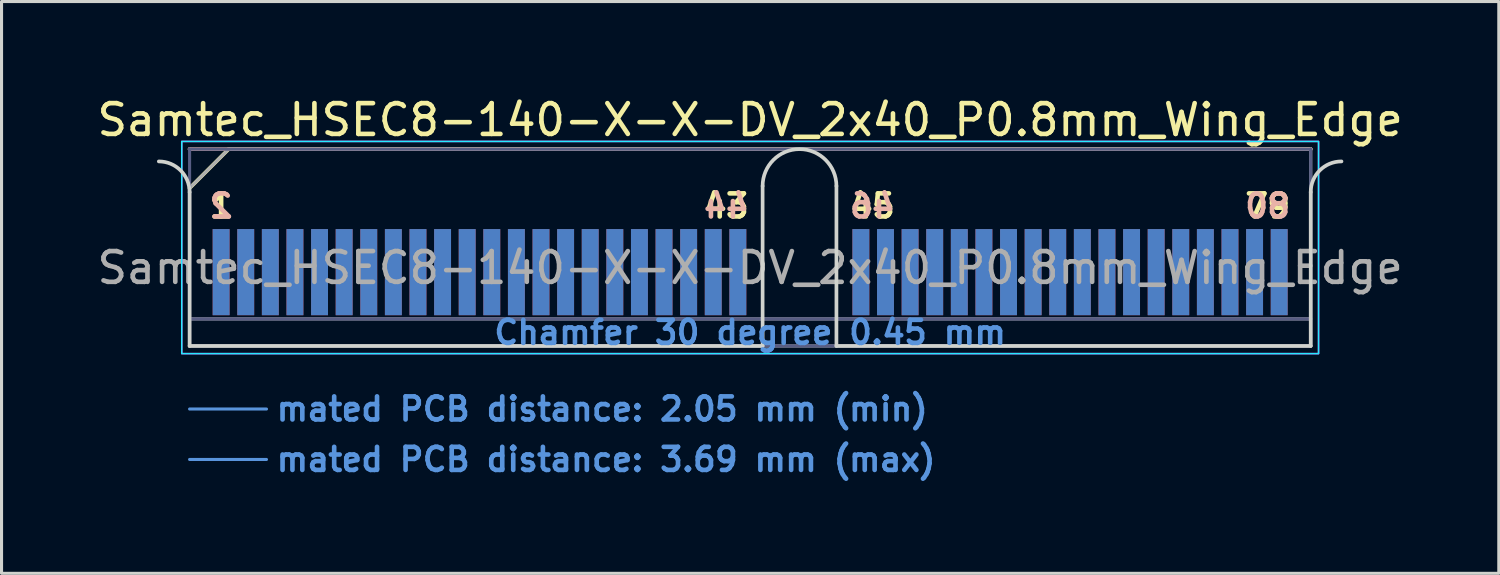
<source format=kicad_pcb>
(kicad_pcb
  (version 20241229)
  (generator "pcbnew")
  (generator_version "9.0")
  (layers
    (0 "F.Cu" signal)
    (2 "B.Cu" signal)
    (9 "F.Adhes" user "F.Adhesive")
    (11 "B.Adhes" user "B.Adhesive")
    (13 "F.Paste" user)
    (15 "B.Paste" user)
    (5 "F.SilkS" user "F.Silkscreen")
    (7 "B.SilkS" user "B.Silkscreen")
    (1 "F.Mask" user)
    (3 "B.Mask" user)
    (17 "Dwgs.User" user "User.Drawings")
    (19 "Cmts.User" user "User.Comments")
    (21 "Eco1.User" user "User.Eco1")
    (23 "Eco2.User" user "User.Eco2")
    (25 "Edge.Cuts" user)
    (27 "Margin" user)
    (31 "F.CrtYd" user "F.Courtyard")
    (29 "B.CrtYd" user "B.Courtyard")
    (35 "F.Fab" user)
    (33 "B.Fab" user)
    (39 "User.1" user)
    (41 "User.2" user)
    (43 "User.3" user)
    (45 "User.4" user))
  (footprint "Samtec_HSEC8-140-X-X-DV_2x40_P0.8mm_Wing_Edge"
    (layer "F.Cu")
    (at 21.339 8.198)
    (property "Reference" "Samtec_HSEC8-140-X-X-DV_2x40_P0.8mm_Wing_Edge" (at 0 -7.35 0) (layer "F.SilkS") (effects (font (size 1 1) (thickness 0.15))))
    (attr exclude_from_pos_files exclude_from_bom)
    (fp_line (start -18.225 -5.13) (end -16.955 -6.4) (stroke (width 0.12) (type solid)) (layer "F.SilkS"))
    (fp_line (start -16.955 -6.4) (end 18.225 -6.4) (stroke (width 0.12) (type solid)) (layer "F.SilkS"))
    (fp_line (start -18.225 -6.4) (end -18.225 -6.4) (stroke (width 0.12) (type solid)) (layer "B.SilkS"))
    (fp_line (start -18.225 -6.4) (end 18.225 -6.4) (stroke (width 0.12) (type solid)) (layer "B.SilkS"))
    (fp_line (start -18.225 2.05) (end -15.725 2.05) (stroke (width 0.1) (type solid)) (layer "Cmts.User"))
    (fp_line (start -18.225 3.69) (end -15.725 3.69) (stroke (width 0.1) (type solid)) (layer "Cmts.User"))
    (fp_line (start -18.225 -5) (end -18.225 0) (stroke (width 0.12) (type solid)) (layer "Edge.Cuts"))
    (fp_line (start -18.225 0) (end 0.405 0) (stroke (width 0.12) (type solid)) (layer "Edge.Cuts"))
    (fp_line (start 0.405 0) (end 0.405 -5.2) (stroke (width 0.12) (type solid)) (layer "Edge.Cuts"))
    (fp_line (start 2.805 -5.2) (end 2.805 0) (stroke (width 0.12) (type solid)) (layer "Edge.Cuts"))
    (fp_line (start 2.805 0) (end 18.225 0) (stroke (width 0.12) (type solid)) (layer "Edge.Cuts"))
    (fp_line (start 18.225 0) (end 18.225 -5) (stroke (width 0.12) (type solid)) (layer "Edge.Cuts"))
    (fp_arc (start -19.225 -6) (mid -18.517893 -5.707107) (end -18.225 -5) (stroke (width 0.12) (type solid)) (layer "Edge.Cuts"))
    (fp_arc (start 0.405 -5.2) (mid 1.605 -6.4) (end 2.805 -5.2) (stroke (width 0.12) (type solid)) (layer "Edge.Cuts"))
    (fp_arc (start 18.225 -5) (mid 18.517893 -5.707107) (end 19.225 -6) (stroke (width 0.12) (type solid)) (layer "Edge.Cuts"))
    (fp_rect (start -18.48 -6.65) (end 18.48 0.25) (stroke (width 0.05) (type solid)) (fill no) (layer "B.CrtYd"))
    (fp_rect (start -18.48 -6.65) (end 18.48 0.25) (stroke (width 0.05) (type solid)) (fill no) (layer "F.CrtYd"))
    (fp_line (start -18.225 -6.4) (end -18.225 -6.4) (stroke (width 0.1) (type solid)) (layer "B.Fab"))
    (fp_line (start -18.225 -6.4) (end -18.225 0) (stroke (width 0.1) (type solid)) (layer "B.Fab"))
    (fp_line (start -18.225 -6.4) (end 18.225 -6.4) (stroke (width 0.1) (type solid)) (layer "B.Fab"))
    (fp_line (start -18.225 -0.88) (end 18.225 -0.88) (stroke (width 0.1) (type solid)) (layer "B.Fab"))
    (fp_line (start -18.225 0) (end 18.225 0) (stroke (width 0.1) (type solid)) (layer "B.Fab"))
    (fp_line (start 18.225 -6.4) (end 18.225 0) (stroke (width 0.1) (type solid)) (layer "B.Fab"))
    (fp_line (start -18.225 -5.13) (end -18.225 0) (stroke (width 0.1) (type solid)) (layer "F.Fab"))
    (fp_line (start -18.225 -5.13) (end -16.955 -6.4) (stroke (width 0.1) (type solid)) (layer "F.Fab"))
    (fp_line (start -18.225 -0.88) (end 18.225 -0.88) (stroke (width 0.1) (type solid)) (layer "F.Fab"))
    (fp_line (start -18.225 0) (end 18.225 0) (stroke (width 0.1) (type solid)) (layer "F.Fab"))
    (fp_line (start -16.955 -6.4) (end 18.225 -6.4) (stroke (width 0.1) (type solid)) (layer "F.Fab"))
    (fp_line (start 18.225 -6.4) (end 18.225 0) (stroke (width 0.1) (type solid)) (layer "F.Fab"))
    (fp_text user "1" (at -17.2 -4.55 0) (layer "F.SilkS") (effects (font (size 0.75 0.75) (thickness 0.15))))
    (fp_text user "45" (at 3.975 -4.55 0) (layer "F.SilkS") (effects (font (size 0.75 0.75) (thickness 0.15))))
    (fp_text user "43" (at -0.775 -4.55 0) (layer "F.SilkS") (effects (font (size 0.75 0.75) (thickness 0.15))))
    (fp_text user "79" (at 16.825 -4.55 0) (layer "F.SilkS") (effects (font (size 0.75 0.75) (thickness 0.15))))
    (fp_text user "80" (at 16.825 -4.55 0) (layer "B.SilkS") (effects (font (size 0.75 0.75) (thickness 0.15)) (justify mirror)))
    (fp_text user "2" (at -17.2 -4.55 0) (layer "B.SilkS") (effects (font (size 0.75 0.75) (thickness 0.15)) (justify mirror)))
    (fp_text user "44" (at -0.775 -4.55 0) (layer "B.SilkS") (effects (font (size 0.75 0.75) (thickness 0.15)) (justify mirror)))
    (fp_text user "46" (at 3.975 -4.55 0) (layer "B.SilkS") (effects (font (size 0.75 0.75) (thickness 0.15)) (justify mirror)))
    (fp_text user "mated PCB distance: 2.05 mm (min)" (at -15.48 2.05 0) (layer "Cmts.User") (effects (font (size 0.75 0.75) (thickness 0.15)) (justify left)))
    (fp_text user "mated PCB distance: 3.69 mm (max)" (at -15.48 3.69 0) (layer "Cmts.User") (effects (font (size 0.75 0.75) (thickness 0.15)) (justify left)))
    (fp_text user "Chamfer 30 degree 0.45 mm" (at 0 -0.44 0) (layer "Cmts.User") (effects (font (size 0.75 0.75) (thickness 0.15))))
    (fp_text user "${REFERENCE}" (at 0 -2.54 0) (layer "F.Fab") (effects (font (size 1 1) (thickness 0.15))))
    (pad "1" connect rect (at -17.2 -2.4) (size 0.55 2.8) (layers "F.Cu" "F.Mask"))
    (pad "2" connect rect (at -17.2 -2.4) (size 0.55 2.8) (layers "B.Cu" "B.Mask"))
    (pad "3" connect rect (at -16.4 -2.4) (size 0.55 2.8) (layers "F.Cu" "F.Mask"))
    (pad "4" connect rect (at -16.4 -2.4) (size 0.55 2.8) (layers "B.Cu" "B.Mask"))
    (pad "5" connect rect (at -15.6 -2.4) (size 0.55 2.8) (layers "F.Cu" "F.Mask"))
    (pad "6" connect rect (at -15.6 -2.4) (size 0.55 2.8) (layers "B.Cu" "B.Mask"))
    (pad "7" connect rect (at -14.8 -2.4) (size 0.55 2.8) (layers "F.Cu" "F.Mask"))
    (pad "8" connect rect (at -14.8 -2.4) (size 0.55 2.8) (layers "B.Cu" "B.Mask"))
    (pad "9" connect rect (at -14 -2.4) (size 0.55 2.8) (layers "F.Cu" "F.Mask"))
    (pad "10" connect rect (at -14 -2.4) (size 0.55 2.8) (layers "B.Cu" "B.Mask"))
    (pad "11" connect rect (at -13.2 -2.4) (size 0.55 2.8) (layers "F.Cu" "F.Mask"))
    (pad "12" connect rect (at -13.2 -2.4) (size 0.55 2.8) (layers "B.Cu" "B.Mask"))
    (pad "13" connect rect (at -12.4 -2.4) (size 0.55 2.8) (layers "F.Cu" "F.Mask"))
    (pad "14" connect rect (at -12.4 -2.4) (size 0.55 2.8) (layers "B.Cu" "B.Mask"))
    (pad "15" connect rect (at -11.6 -2.4) (size 0.55 2.8) (layers "F.Cu" "F.Mask"))
    (pad "16" connect rect (at -11.6 -2.4) (size 0.55 2.8) (layers "B.Cu" "B.Mask"))
    (pad "17" connect rect (at -10.8 -2.4) (size 0.55 2.8) (layers "F.Cu" "F.Mask"))
    (pad "18" connect rect (at -10.8 -2.4) (size 0.55 2.8) (layers "B.Cu" "B.Mask"))
    (pad "19" connect rect (at -10 -2.4) (size 0.55 2.8) (layers "F.Cu" "F.Mask"))
    (pad "20" connect rect (at -10 -2.4) (size 0.55 2.8) (layers "B.Cu" "B.Mask"))
    (pad "21" connect rect (at -9.2 -2.4) (size 0.55 2.8) (layers "F.Cu" "F.Mask"))
    (pad "22" connect rect (at -9.2 -2.4) (size 0.55 2.8) (layers "B.Cu" "B.Mask"))
    (pad "23" connect rect (at -8.4 -2.4) (size 0.55 2.8) (layers "F.Cu" "F.Mask"))
    (pad "24" connect rect (at -8.4 -2.4) (size 0.55 2.8) (layers "B.Cu" "B.Mask"))
    (pad "25" connect rect (at -7.6 -2.4) (size 0.55 2.8) (layers "F.Cu" "F.Mask"))
    (pad "26" connect rect (at -7.6 -2.4) (size 0.55 2.8) (layers "B.Cu" "B.Mask"))
    (pad "27" connect rect (at -6.8 -2.4) (size 0.55 2.8) (layers "F.Cu" "F.Mask"))
    (pad "28" connect rect (at -6.8 -2.4) (size 0.55 2.8) (layers "B.Cu" "B.Mask"))
    (pad "29" connect rect (at -6 -2.4) (size 0.55 2.8) (layers "F.Cu" "F.Mask"))
    (pad "30" connect rect (at -6 -2.4) (size 0.55 2.8) (layers "B.Cu" "B.Mask"))
    (pad "31" connect rect (at -5.2 -2.4) (size 0.55 2.8) (layers "F.Cu" "F.Mask"))
    (pad "32" connect rect (at -5.2 -2.4) (size 0.55 2.8) (layers "B.Cu" "B.Mask"))
    (pad "33" connect rect (at -4.4 -2.4) (size 0.55 2.8) (layers "F.Cu" "F.Mask"))
    (pad "34" connect rect (at -4.4 -2.4) (size 0.55 2.8) (layers "B.Cu" "B.Mask"))
    (pad "35" connect rect (at -3.6 -2.4) (size 0.55 2.8) (layers "F.Cu" "F.Mask"))
    (pad "36" connect rect (at -3.6 -2.4) (size 0.55 2.8) (layers "B.Cu" "B.Mask"))
    (pad "37" connect rect (at -2.8 -2.4) (size 0.55 2.8) (layers "F.Cu" "F.Mask"))
    (pad "38" connect rect (at -2.8 -2.4) (size 0.55 2.8) (layers "B.Cu" "B.Mask"))
    (pad "39" connect rect (at -2 -2.4) (size 0.55 2.8) (layers "F.Cu" "F.Mask"))
    (pad "40" connect rect (at -2 -2.4) (size 0.55 2.8) (layers "B.Cu" "B.Mask"))
    (pad "41" connect rect (at -1.2 -2.4) (size 0.55 2.8) (layers "F.Cu" "F.Mask"))
    (pad "42" connect rect (at -1.2 -2.4) (size 0.55 2.8) (layers "B.Cu" "B.Mask"))
    (pad "43" connect rect (at -0.4 -2.4) (size 0.55 2.8) (layers "F.Cu" "F.Mask"))
    (pad "44" connect rect (at -0.4 -2.4) (size 0.55 2.8) (layers "B.Cu" "B.Mask"))
    (pad "45" connect rect (at 3.6 -2.4) (size 0.55 2.8) (layers "F.Cu" "F.Mask"))
    (pad "46" connect rect (at 3.6 -2.4) (size 0.55 2.8) (layers "B.Cu" "B.Mask"))
    (pad "47" connect rect (at 4.4 -2.4) (size 0.55 2.8) (layers "F.Cu" "F.Mask"))
    (pad "48" connect rect (at 4.4 -2.4) (size 0.55 2.8) (layers "B.Cu" "B.Mask"))
    (pad "49" connect rect (at 5.2 -2.4) (size 0.55 2.8) (layers "F.Cu" "F.Mask"))
    (pad "50" connect rect (at 5.2 -2.4) (size 0.55 2.8) (layers "B.Cu" "B.Mask"))
    (pad "51" connect rect (at 6 -2.4) (size 0.55 2.8) (layers "F.Cu" "F.Mask"))
    (pad "52" connect rect (at 6 -2.4) (size 0.55 2.8) (layers "B.Cu" "B.Mask"))
    (pad "53" connect rect (at 6.8 -2.4) (size 0.55 2.8) (layers "F.Cu" "F.Mask"))
    (pad "54" connect rect (at 6.8 -2.4) (size 0.55 2.8) (layers "B.Cu" "B.Mask"))
    (pad "55" connect rect (at 7.6 -2.4) (size 0.55 2.8) (layers "F.Cu" "F.Mask"))
    (pad "56" connect rect (at 7.6 -2.4) (size 0.55 2.8) (layers "B.Cu" "B.Mask"))
    (pad "57" connect rect (at 8.4 -2.4) (size 0.55 2.8) (layers "F.Cu" "F.Mask"))
    (pad "58" connect rect (at 8.4 -2.4) (size 0.55 2.8) (layers "B.Cu" "B.Mask"))
    (pad "59" connect rect (at 9.2 -2.4) (size 0.55 2.8) (layers "F.Cu" "F.Mask"))
    (pad "60" connect rect (at 9.2 -2.4) (size 0.55 2.8) (layers "B.Cu" "B.Mask"))
    (pad "61" connect rect (at 10 -2.4) (size 0.55 2.8) (layers "F.Cu" "F.Mask"))
    (pad "62" connect rect (at 10 -2.4) (size 0.55 2.8) (layers "B.Cu" "B.Mask"))
    (pad "63" connect rect (at 10.8 -2.4) (size 0.55 2.8) (layers "F.Cu" "F.Mask"))
    (pad "64" connect rect (at 10.8 -2.4) (size 0.55 2.8) (layers "B.Cu" "B.Mask"))
    (pad "65" connect rect (at 11.6 -2.4) (size 0.55 2.8) (layers "F.Cu" "F.Mask"))
    (pad "66" connect rect (at 11.6 -2.4) (size 0.55 2.8) (layers "B.Cu" "B.Mask"))
    (pad "67" connect rect (at 12.4 -2.4) (size 0.55 2.8) (layers "F.Cu" "F.Mask"))
    (pad "68" connect rect (at 12.4 -2.4) (size 0.55 2.8) (layers "B.Cu" "B.Mask"))
    (pad "69" connect rect (at 13.2 -2.4) (size 0.55 2.8) (layers "F.Cu" "F.Mask"))
    (pad "70" connect rect (at 13.2 -2.4) (size 0.55 2.8) (layers "B.Cu" "B.Mask"))
    (pad "71" connect rect (at 14 -2.4) (size 0.55 2.8) (layers "F.Cu" "F.Mask"))
    (pad "72" connect rect (at 14 -2.4) (size 0.55 2.8) (layers "B.Cu" "B.Mask"))
    (pad "73" connect rect (at 14.8 -2.4) (size 0.55 2.8) (layers "F.Cu" "F.Mask"))
    (pad "74" connect rect (at 14.8 -2.4) (size 0.55 2.8) (layers "B.Cu" "B.Mask"))
    (pad "75" connect rect (at 15.6 -2.4) (size 0.55 2.8) (layers "F.Cu" "F.Mask"))
    (pad "76" connect rect (at 15.6 -2.4) (size 0.55 2.8) (layers "B.Cu" "B.Mask"))
    (pad "77" connect rect (at 16.4 -2.4) (size 0.55 2.8) (layers "F.Cu" "F.Mask"))
    (pad "78" connect rect (at 16.4 -2.4) (size 0.55 2.8) (layers "B.Cu" "B.Mask"))
    (pad "79" connect rect (at 17.2 -2.4) (size 0.55 2.8) (layers "F.Cu" "F.Mask"))
    (pad "80" connect rect (at 17.2 -2.4) (size 0.55 2.8) (layers "B.Cu" "B.Mask")))
  (gr_rect
    (start -3 -3)
    (end 45.679 15.59)
    (stroke (width 0.1) (type default))
    (fill no)
    (layer "Edge.Cuts")))
</source>
